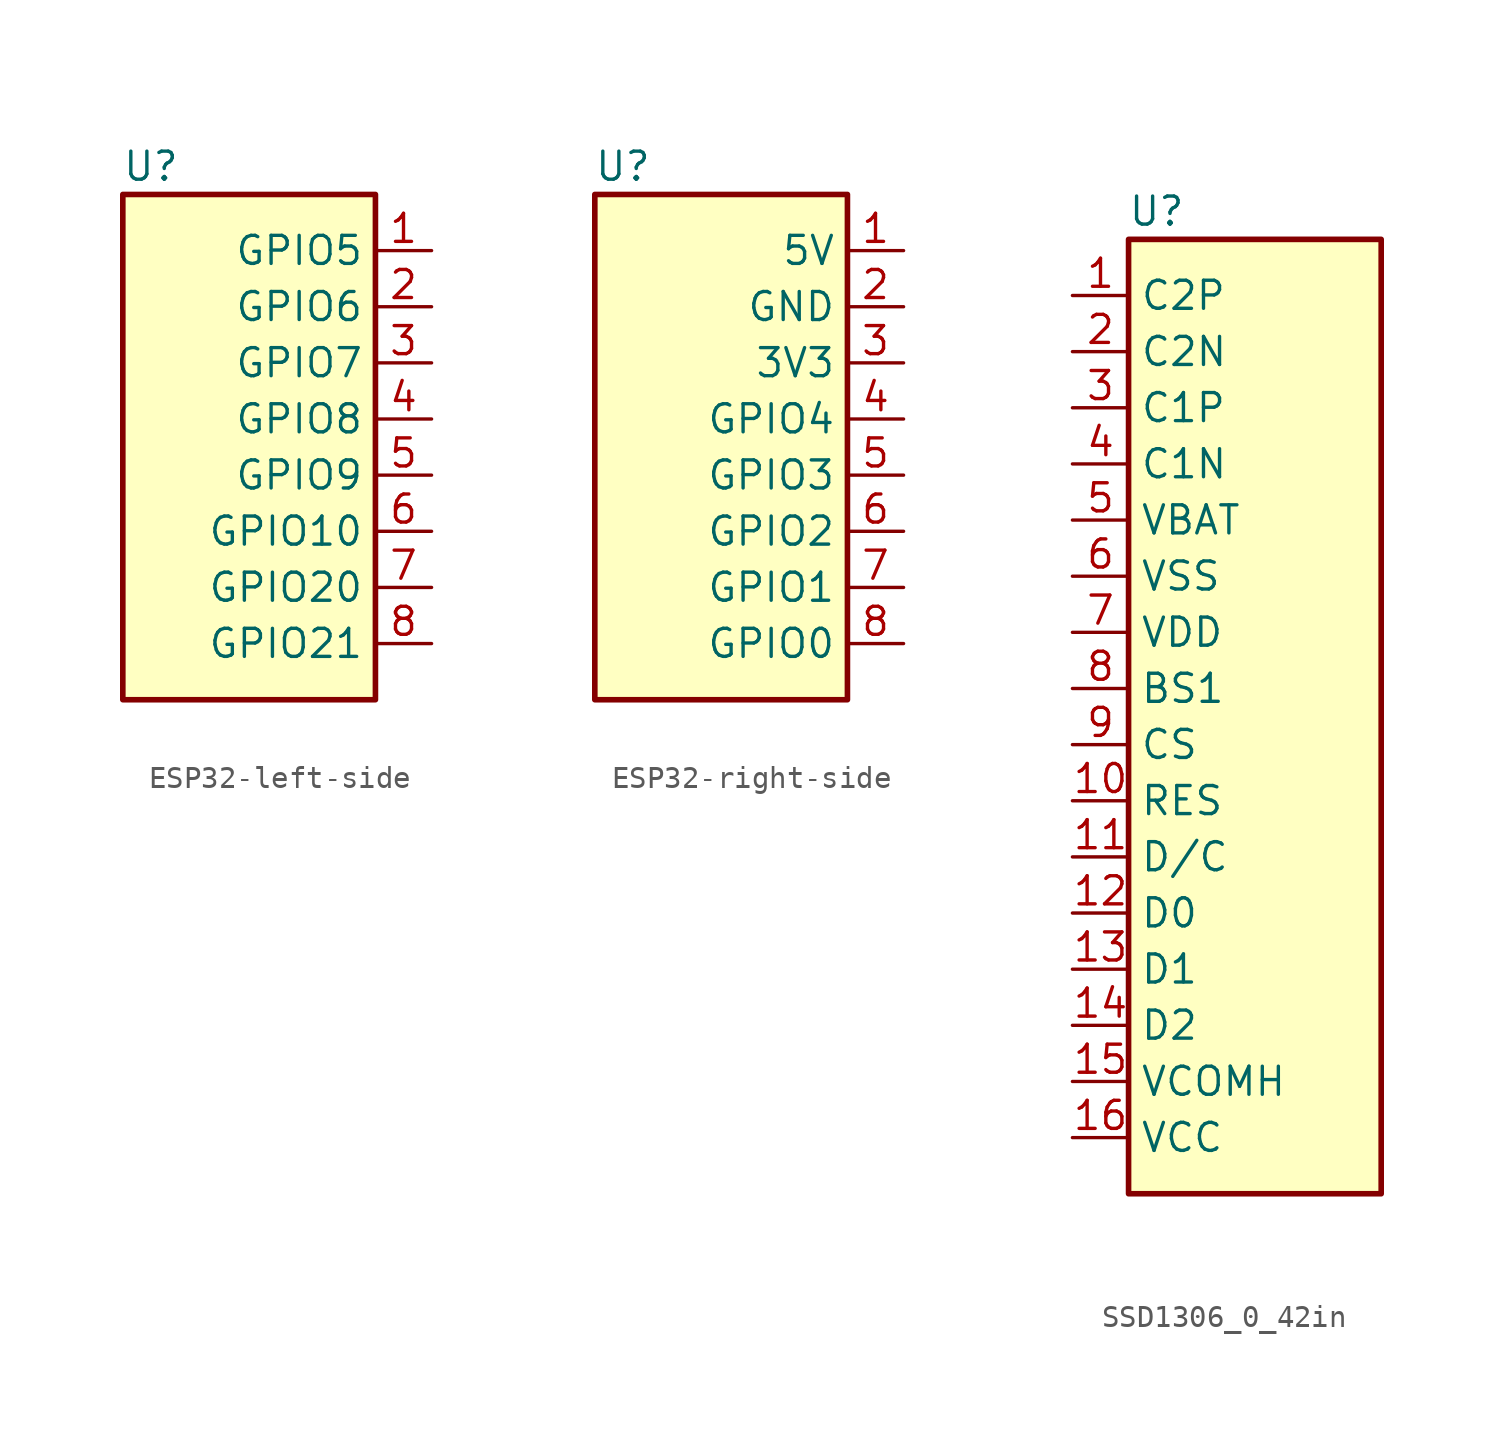
<source format=kicad_sym>
(kicad_symbol_lib
  (version 20220914)
  (generator kicad_symbol_editor)
  (symbol "ESP32-left-side"
    (property "Reference" "U"
      (at -3.81 12.7 0)
      (effects (font (size 1.27 1.27))))
    (property "Value" ""
      (at 0 0 0)
      (effects (font (size 1.27 1.27))))
    (symbol "ESP32-left-side_0_1"
      (rectangle (start -5.08 11.43) (end 6.35 -11.43) (stroke (width 0.254) (type default)) (fill (type background))))
    (symbol "ESP32-left-side_1_1"
      (pin bidirectional line (at 8.89 8.89 180) (length 2.54) (name "GPIO5" (effects (font (size 1.27 1.27)))) (number "1" (effects (font (size 1.27 1.27)))))
      (pin bidirectional line (at 8.89 6.35 180) (length 2.54) (name "GPIO6" (effects (font (size 1.27 1.27)))) (number "2" (effects (font (size 1.27 1.27)))))
      (pin bidirectional line (at 8.89 3.81 180) (length 2.54) (name "GPIO7" (effects (font (size 1.27 1.27)))) (number "3" (effects (font (size 1.27 1.27)))))
      (pin bidirectional line (at 8.89 1.27 180) (length 2.54) (name "GPIO8" (effects (font (size 1.27 1.27)))) (number "4" (effects (font (size 1.27 1.27)))))
      (pin bidirectional line (at 8.89 -1.27 180) (length 2.54) (name "GPIO9" (effects (font (size 1.27 1.27)))) (number "5" (effects (font (size 1.27 1.27)))))
      (pin bidirectional line (at 8.89 -3.81 180) (length 2.54) (name "GPIO10" (effects (font (size 1.27 1.27)))) (number "6" (effects (font (size 1.27 1.27)))))
      (pin bidirectional line (at 8.89 -6.35 180) (length 2.54) (name "GPIO20" (effects (font (size 1.27 1.27)))) (number "7" (effects (font (size 1.27 1.27)))))
      (pin bidirectional line (at 8.89 -8.89 180) (length 2.54) (name "GPIO21" (effects (font (size 1.27 1.27)))) (number "8" (effects (font (size 1.27 1.27)))))))
  (symbol "ESP32-right-side"
    (property "Reference" "U"
      (at -5.08 13.97 0)
      (effects (font (size 1.27 1.27))))
    (property "Value" ""
      (at 0 0 0)
      (effects (font (size 1.27 1.27))))
    (symbol "ESP32-right-side_0_1"
      (rectangle (start -6.35 12.7) (end 5.08 -10.16) (stroke (width 0.254) (type default)) (fill (type background))))
    (symbol "ESP32-right-side_1_1"
      (pin power_out line (at 7.62 10.16 180) (length 2.54) (name "5V" (effects (font (size 1.27 1.27)))) (number "1" (effects (font (size 1.27 1.27)))))
      (pin passive line (at 7.62 7.62 180) (length 2.54) (name "GND" (effects (font (size 1.27 1.27)))) (number "2" (effects (font (size 1.27 1.27)))))
      (pin output line (at 7.62 5.08 180) (length 2.54) (name "3V3" (effects (font (size 1.27 1.27)))) (number "3" (effects (font (size 1.27 1.27)))))
      (pin bidirectional line (at 7.62 2.54 180) (length 2.54) (name "GPIO4" (effects (font (size 1.27 1.27)))) (number "4" (effects (font (size 1.27 1.27)))))
      (pin bidirectional line (at 7.62 0 180) (length 2.54) (name "GPIO3" (effects (font (size 1.27 1.27)))) (number "5" (effects (font (size 1.27 1.27)))))
      (pin bidirectional line (at 7.62 -2.54 180) (length 2.54) (name "GPIO2" (effects (font (size 1.27 1.27)))) (number "6" (effects (font (size 1.27 1.27)))))
      (pin bidirectional line (at 7.62 -5.08 180) (length 2.54) (name "GPIO1" (effects (font (size 1.27 1.27)))) (number "7" (effects (font (size 1.27 1.27)))))
      (pin bidirectional line (at 7.62 -7.62 180) (length 2.54) (name "GPIO0" (effects (font (size 1.27 1.27)))) (number "8" (effects (font (size 1.27 1.27)))))))
  (symbol "SSD1306_0_42in"
    (property "Reference" "U"
      (at 1.27 1.27 0)
      (effects (font (size 1.27 1.27))))
    (property "Value" ""
      (at 0 0 0)
      (effects (font (size 1.27 1.27))))
    (symbol "SSD1306_0_42in_0_1"
      (rectangle (start 0 0) (end 11.43 -43.18) (stroke (width 0.254) (type default)) (fill (type background))))
    (symbol "SSD1306_0_42in_1_1"
      (pin bidirectional line (at -2.54 -2.54 0) (length 2.54) (name "C2P" (effects (font (size 1.27 1.27)))) (number "1" (effects (font (size 1.27 1.27)))))
      (pin bidirectional line (at -2.54 -25.4 0) (length 2.54) (name "RES" (effects (font (size 1.27 1.27)))) (number "10" (effects (font (size 1.27 1.27)))))
      (pin bidirectional line (at -2.54 -27.94 0) (length 2.54) (name "D/C" (effects (font (size 1.27 1.27)))) (number "11" (effects (font (size 1.27 1.27)))))
      (pin bidirectional line (at -2.54 -30.48 0) (length 2.54) (name "D0" (effects (font (size 1.27 1.27)))) (number "12" (effects (font (size 1.27 1.27)))))
      (pin bidirectional line (at -2.54 -33.02 0) (length 2.54) (name "D1" (effects (font (size 1.27 1.27)))) (number "13" (effects (font (size 1.27 1.27)))))
      (pin bidirectional line (at -2.54 -35.56 0) (length 2.54) (name "D2" (effects (font (size 1.27 1.27)))) (number "14" (effects (font (size 1.27 1.27)))))
      (pin bidirectional line (at -2.54 -38.1 0) (length 2.54) (name "VCOMH" (effects (font (size 1.27 1.27)))) (number "15" (effects (font (size 1.27 1.27)))))
      (pin bidirectional line (at -2.54 -40.64 0) (length 2.54) (name "VCC" (effects (font (size 1.27 1.27)))) (number "16" (effects (font (size 1.27 1.27)))))
      (pin bidirectional line (at -2.54 -5.08 0) (length 2.54) (name "C2N" (effects (font (size 1.27 1.27)))) (number "2" (effects (font (size 1.27 1.27)))))
      (pin bidirectional line (at -2.54 -7.62 0) (length 2.54) (name "C1P" (effects (font (size 1.27 1.27)))) (number "3" (effects (font (size 1.27 1.27)))))
      (pin bidirectional line (at -2.54 -10.16 0) (length 2.54) (name "C1N" (effects (font (size 1.27 1.27)))) (number "4" (effects (font (size 1.27 1.27)))))
      (pin bidirectional line (at -2.54 -12.7 0) (length 2.54) (name "VBAT" (effects (font (size 1.27 1.27)))) (number "5" (effects (font (size 1.27 1.27)))))
      (pin bidirectional line (at -2.54 -15.24 0) (length 2.54) (name "VSS" (effects (font (size 1.27 1.27)))) (number "6" (effects (font (size 1.27 1.27)))))
      (pin bidirectional line (at -2.54 -17.78 0) (length 2.54) (name "VDD" (effects (font (size 1.27 1.27)))) (number "7" (effects (font (size 1.27 1.27)))))
      (pin bidirectional line (at -2.54 -20.32 0) (length 2.54) (name "BS1" (effects (font (size 1.27 1.27)))) (number "8" (effects (font (size 1.27 1.27)))))
      (pin bidirectional line (at -2.54 -22.86 0) (length 2.54) (name "CS" (effects (font (size 1.27 1.27)))) (number "9" (effects (font (size 1.27 1.27))))))))
</source>
